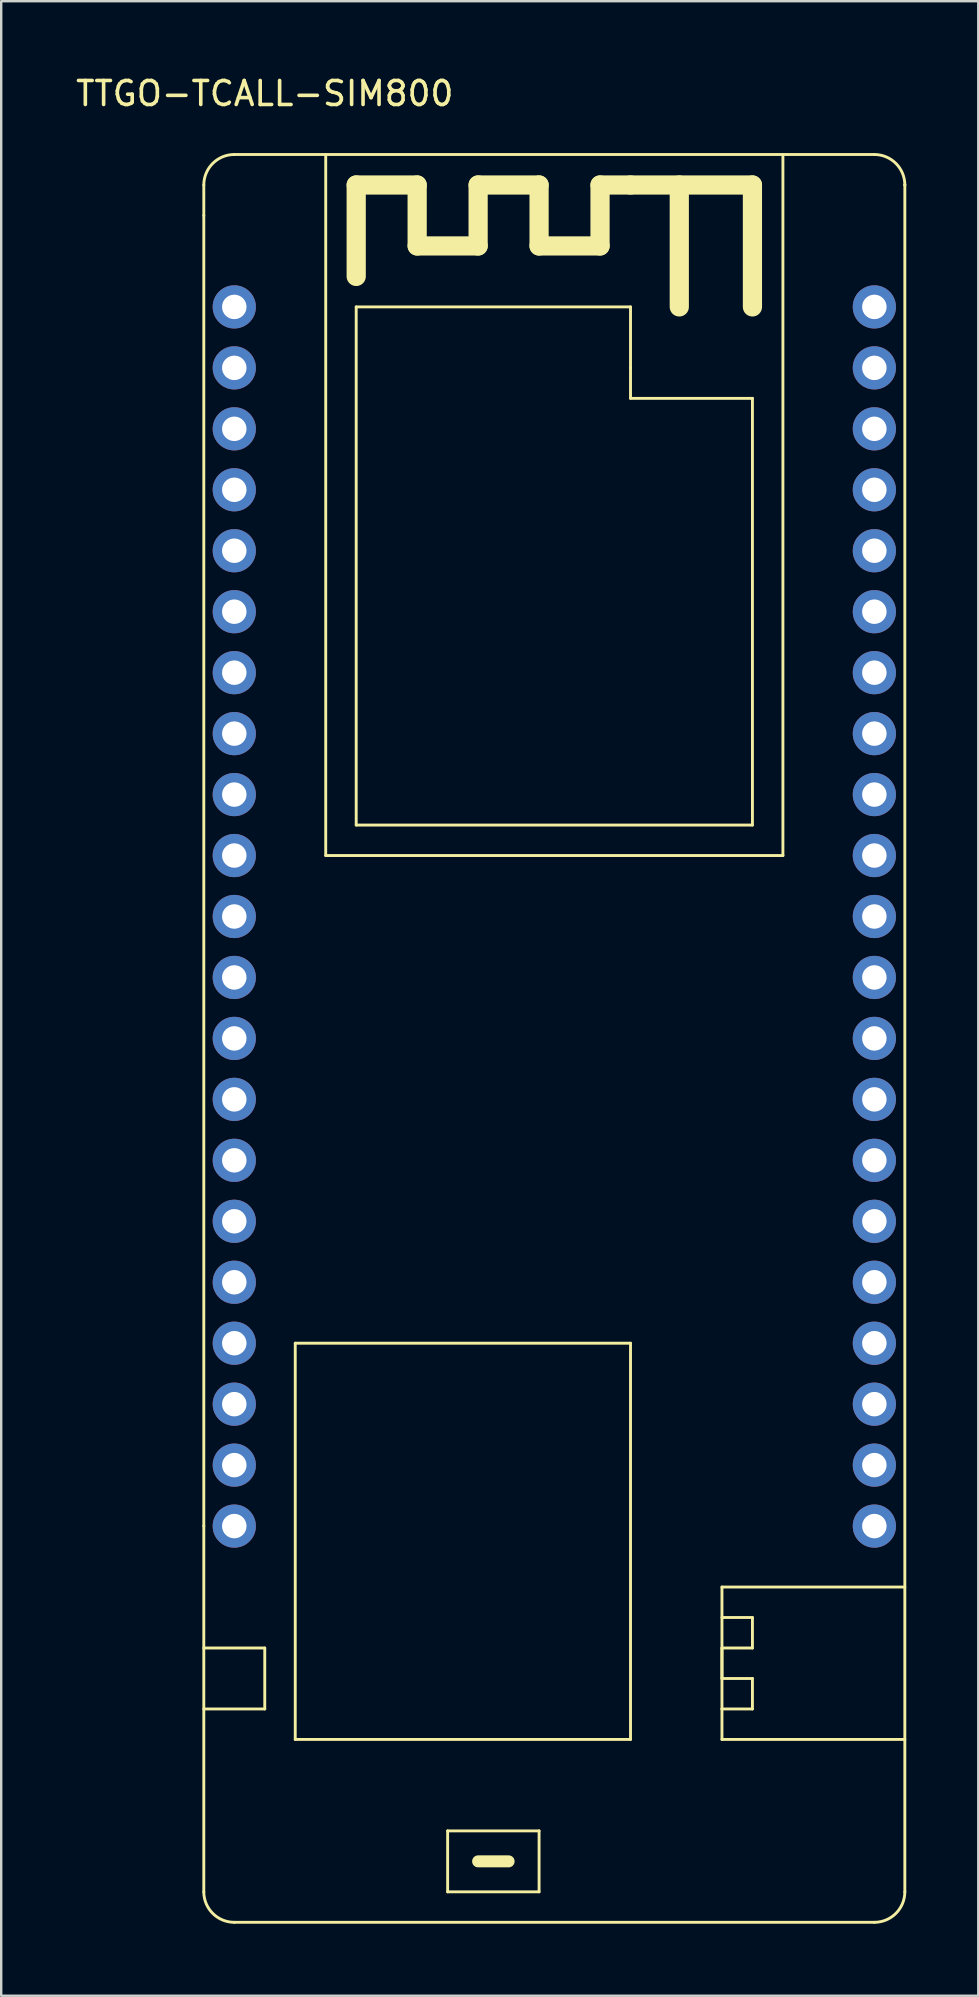
<source format=kicad_pcb>
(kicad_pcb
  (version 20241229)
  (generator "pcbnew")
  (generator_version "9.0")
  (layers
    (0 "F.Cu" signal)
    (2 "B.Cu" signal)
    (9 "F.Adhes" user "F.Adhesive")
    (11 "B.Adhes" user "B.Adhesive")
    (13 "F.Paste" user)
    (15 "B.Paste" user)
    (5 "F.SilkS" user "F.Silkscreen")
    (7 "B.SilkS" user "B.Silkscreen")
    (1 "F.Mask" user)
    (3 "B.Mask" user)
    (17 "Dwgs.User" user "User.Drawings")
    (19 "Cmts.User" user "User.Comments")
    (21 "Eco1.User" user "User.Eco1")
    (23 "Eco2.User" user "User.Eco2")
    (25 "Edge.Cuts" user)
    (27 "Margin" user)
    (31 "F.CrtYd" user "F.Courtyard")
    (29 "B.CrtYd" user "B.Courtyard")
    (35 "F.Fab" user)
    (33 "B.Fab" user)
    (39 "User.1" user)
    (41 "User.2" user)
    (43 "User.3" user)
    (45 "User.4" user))
  (footprint "TTGO-TCALL-SIM800"
    (layer "F.Cu")
    (at 6.712 9.738)
    (property "Reference" "TTGO-TCALL-SIM800" (at 1.27 -8.89 0) (layer "F.SilkS") (effects (font (size 1 1) (thickness 0.15))))
    (attr through_hole)
    (fp_line (start -1.27 -5.08) (end -1.27 -3.81) (stroke (width 0.12) (type solid)) (layer "F.SilkS"))
    (fp_line (start -1.27 -3.81) (end -1.27 50.8) (stroke (width 0.12) (type solid)) (layer "F.SilkS"))
    (fp_line (start -1.27 50.8) (end -1.27 66.04) (stroke (width 0.12) (type solid)) (layer "F.SilkS"))
    (fp_line (start -1.27 55.88) (end 1.27 55.88) (stroke (width 0.12) (type solid)) (layer "F.SilkS"))
    (fp_line (start 0 67.31) (end 26.67 67.31) (stroke (width 0.12) (type solid)) (layer "F.SilkS"))
    (fp_line (start 1.27 55.88) (end 1.27 58.42) (stroke (width 0.12) (type solid)) (layer "F.SilkS"))
    (fp_line (start 1.27 58.42) (end -1.27 58.42) (stroke (width 0.12) (type solid)) (layer "F.SilkS"))
    (fp_line (start 2.54 43.18) (end 16.51 43.18) (stroke (width 0.12) (type solid)) (layer "F.SilkS"))
    (fp_line (start 2.54 59.69) (end 2.54 43.18) (stroke (width 0.12) (type solid)) (layer "F.SilkS"))
    (fp_line (start 3.81 22.86) (end 3.81 -6.35) (stroke (width 0.12) (type solid)) (layer "F.SilkS"))
    (fp_line (start 3.81 22.86) (end 22.86 22.86) (stroke (width 0.12) (type solid)) (layer "F.SilkS"))
    (fp_line (start 5.08 -5.08) (end 5.08 -1.27) (stroke (width 0.8) (type solid)) (layer "F.SilkS"))
    (fp_line (start 5.08 0) (end 16.51 0) (stroke (width 0.12) (type solid)) (layer "F.SilkS"))
    (fp_line (start 5.08 21.59) (end 5.08 0) (stroke (width 0.12) (type solid)) (layer "F.SilkS"))
    (fp_line (start 7.62 -5.08) (end 5.08 -5.08) (stroke (width 0.8) (type solid)) (layer "F.SilkS"))
    (fp_line (start 7.62 -2.54) (end 7.62 -5.08) (stroke (width 0.8) (type solid)) (layer "F.SilkS"))
    (fp_line (start 8.89 63.5) (end 12.7 63.5) (stroke (width 0.12) (type solid)) (layer "F.SilkS"))
    (fp_line (start 8.89 66.04) (end 8.89 63.5) (stroke (width 0.12) (type solid)) (layer "F.SilkS"))
    (fp_line (start 10.16 -5.08) (end 10.16 -2.54) (stroke (width 0.8) (type solid)) (layer "F.SilkS"))
    (fp_line (start 10.16 -2.54) (end 7.62 -2.54) (stroke (width 0.8) (type solid)) (layer "F.SilkS"))
    (fp_line (start 10.16 64.77) (end 11.43 64.77) (stroke (width 0.5) (type solid)) (layer "F.SilkS"))
    (fp_line (start 12.7 -5.08) (end 10.16 -5.08) (stroke (width 0.8) (type solid)) (layer "F.SilkS"))
    (fp_line (start 12.7 -2.54) (end 12.7 -5.08) (stroke (width 0.8) (type solid)) (layer "F.SilkS"))
    (fp_line (start 12.7 63.5) (end 12.7 66.04) (stroke (width 0.12) (type solid)) (layer "F.SilkS"))
    (fp_line (start 12.7 66.04) (end 8.89 66.04) (stroke (width 0.12) (type solid)) (layer "F.SilkS"))
    (fp_line (start 15.24 -5.08) (end 15.24 -2.54) (stroke (width 0.8) (type solid)) (layer "F.SilkS"))
    (fp_line (start 15.24 -2.54) (end 12.7 -2.54) (stroke (width 0.8) (type solid)) (layer "F.SilkS"))
    (fp_line (start 16.51 -5.08) (end 15.24 -5.08) (stroke (width 0.8) (type solid)) (layer "F.SilkS"))
    (fp_line (start 16.51 0) (end 16.51 2.54) (stroke (width 0.12) (type solid)) (layer "F.SilkS"))
    (fp_line (start 16.51 2.54) (end 16.51 3.81) (stroke (width 0.12) (type solid)) (layer "F.SilkS"))
    (fp_line (start 16.51 3.81) (end 21.59 3.81) (stroke (width 0.12) (type solid)) (layer "F.SilkS"))
    (fp_line (start 16.51 43.18) (end 16.51 59.69) (stroke (width 0.12) (type solid)) (layer "F.SilkS"))
    (fp_line (start 16.51 59.69) (end 2.54 59.69) (stroke (width 0.12) (type solid)) (layer "F.SilkS"))
    (fp_line (start 18.542 0) (end 18.542 -5.08) (stroke (width 0.8) (type solid)) (layer "F.SilkS"))
    (fp_line (start 20.32 53.34) (end 20.32 58.42) (stroke (width 0.12) (type solid)) (layer "F.SilkS"))
    (fp_line (start 20.32 54.61) (end 21.59 54.61) (stroke (width 0.12) (type solid)) (layer "F.SilkS"))
    (fp_line (start 20.32 55.88) (end 20.32 57.15) (stroke (width 0.12) (type solid)) (layer "F.SilkS"))
    (fp_line (start 20.32 57.15) (end 21.59 57.15) (stroke (width 0.12) (type solid)) (layer "F.SilkS"))
    (fp_line (start 20.32 58.42) (end 20.32 59.69) (stroke (width 0.12) (type solid)) (layer "F.SilkS"))
    (fp_line (start 20.32 59.69) (end 27.94 59.69) (stroke (width 0.12) (type solid)) (layer "F.SilkS"))
    (fp_line (start 21.59 -5.08) (end 16.51 -5.08) (stroke (width 0.8) (type solid)) (layer "F.SilkS"))
    (fp_line (start 21.59 0) (end 21.59 -5.08) (stroke (width 0.8) (type solid)) (layer "F.SilkS"))
    (fp_line (start 21.59 3.81) (end 21.59 21.59) (stroke (width 0.12) (type solid)) (layer "F.SilkS"))
    (fp_line (start 21.59 21.59) (end 5.08 21.59) (stroke (width 0.12) (type solid)) (layer "F.SilkS"))
    (fp_line (start 21.59 54.61) (end 21.59 55.88) (stroke (width 0.12) (type solid)) (layer "F.SilkS"))
    (fp_line (start 21.59 55.88) (end 20.32 55.88) (stroke (width 0.12) (type solid)) (layer "F.SilkS"))
    (fp_line (start 21.59 57.15) (end 21.59 58.42) (stroke (width 0.12) (type solid)) (layer "F.SilkS"))
    (fp_line (start 21.59 58.42) (end 20.32 58.42) (stroke (width 0.12) (type solid)) (layer "F.SilkS"))
    (fp_line (start 22.86 22.86) (end 22.86 -6.35) (stroke (width 0.12) (type solid)) (layer "F.SilkS"))
    (fp_line (start 26.67 -6.35) (end 0 -6.35) (stroke (width 0.12) (type solid)) (layer "F.SilkS"))
    (fp_line (start 27.94 -5.08) (end 27.94 -5.08) (stroke (width 0.12) (type solid)) (layer "F.SilkS"))
    (fp_line (start 27.94 53.34) (end 20.32 53.34) (stroke (width 0.12) (type solid)) (layer "F.SilkS"))
    (fp_line (start 27.94 66.04) (end 27.94 -5.08) (stroke (width 0.12) (type solid)) (layer "F.SilkS"))
    (fp_arc (start -1.27 -5.08) (mid -0.898026 -5.978026) (end 0 -6.35) (stroke (width 0.12) (type solid)) (layer "F.SilkS"))
    (fp_arc (start 0 67.31) (mid -0.898026 66.938026) (end -1.27 66.04) (stroke (width 0.12) (type solid)) (layer "F.SilkS"))
    (fp_arc (start 26.67 -6.35) (mid 27.568026 -5.978026) (end 27.94 -5.08) (stroke (width 0.12) (type solid)) (layer "F.SilkS"))
    (fp_arc (start 27.94 66.04) (mid 27.568026 66.938026) (end 26.67 67.31) (stroke (width 0.12) (type solid)) (layer "F.SilkS"))
    (pad "1" thru_hole circle (at 0 0) (size 1.8 1.8) (drill 1.02) (layers "*.Cu" "*.Mask"))
    (pad "2" thru_hole circle (at 0 2.54) (size 1.8 1.8) (drill 1.02) (layers "*.Cu" "*.Mask"))
    (pad "3" thru_hole circle (at 0 5.08) (size 1.8 1.8) (drill 1.02) (layers "*.Cu" "*.Mask"))
    (pad "4" thru_hole circle (at 0 7.62) (size 1.8 1.8) (drill 1.02) (layers "*.Cu" "*.Mask"))
    (pad "5" thru_hole circle (at 0 10.16) (size 1.8 1.8) (drill 1.02) (layers "*.Cu" "*.Mask"))
    (pad "6" thru_hole circle (at 0 12.7) (size 1.8 1.8) (drill 1.02) (layers "*.Cu" "*.Mask"))
    (pad "7" thru_hole circle (at 0 15.24) (size 1.8 1.8) (drill 1.02) (layers "*.Cu" "*.Mask"))
    (pad "8" thru_hole circle (at 0 17.78) (size 1.8 1.8) (drill 1.02) (layers "*.Cu" "*.Mask"))
    (pad "9" thru_hole circle (at 0 20.32) (size 1.8 1.8) (drill 1.02) (layers "*.Cu" "*.Mask"))
    (pad "10" thru_hole circle (at 0 22.86) (size 1.8 1.8) (drill 1.02) (layers "*.Cu" "*.Mask"))
    (pad "11" thru_hole circle (at 0 25.4) (size 1.8 1.8) (drill 1.02) (layers "*.Cu" "*.Mask"))
    (pad "12" thru_hole circle (at 0 27.94) (size 1.8 1.8) (drill 1.02) (layers "*.Cu" "*.Mask"))
    (pad "13" thru_hole circle (at 0 30.48) (size 1.8 1.8) (drill 1.02) (layers "*.Cu" "*.Mask"))
    (pad "14" thru_hole circle (at 0 33.02) (size 1.8 1.8) (drill 1.02) (layers "*.Cu" "*.Mask"))
    (pad "15" thru_hole circle (at 0 35.56) (size 1.8 1.8) (drill 1.02) (layers "*.Cu" "*.Mask"))
    (pad "16" thru_hole circle (at 0 38.1) (size 1.8 1.8) (drill 1.02) (layers "*.Cu" "*.Mask"))
    (pad "17" thru_hole circle (at 0 40.64) (size 1.8 1.8) (drill 1.02) (layers "*.Cu" "*.Mask"))
    (pad "18" thru_hole circle (at 0 43.18) (size 1.8 1.8) (drill 1.02) (layers "*.Cu" "*.Mask"))
    (pad "19" thru_hole circle (at 0 45.72) (size 1.8 1.8) (drill 1.02) (layers "*.Cu" "*.Mask"))
    (pad "20" thru_hole circle (at 0 48.26) (size 1.8 1.8) (drill 1.02) (layers "*.Cu" "*.Mask"))
    (pad "21" thru_hole circle (at 0 50.8) (size 1.8 1.8) (drill 1.02) (layers "*.Cu" "*.Mask"))
    (pad "22" thru_hole circle (at 26.67 0) (size 1.8 1.8) (drill 1.02) (layers "*.Cu" "*.Mask"))
    (pad "23" thru_hole circle (at 26.67 2.54) (size 1.8 1.8) (drill 1.02) (layers "*.Cu" "*.Mask"))
    (pad "24" thru_hole circle (at 26.67 5.08) (size 1.8 1.8) (drill 1.02) (layers "*.Cu" "*.Mask"))
    (pad "25" thru_hole circle (at 26.67 7.62) (size 1.8 1.8) (drill 1.02) (layers "*.Cu" "*.Mask"))
    (pad "26" thru_hole circle (at 26.67 10.16) (size 1.8 1.8) (drill 1.02) (layers "*.Cu" "*.Mask"))
    (pad "27" thru_hole circle (at 26.67 12.7) (size 1.8 1.8) (drill 1.02) (layers "*.Cu" "*.Mask"))
    (pad "28" thru_hole circle (at 26.67 15.24) (size 1.8 1.8) (drill 1.02) (layers "*.Cu" "*.Mask"))
    (pad "29" thru_hole circle (at 26.67 17.78) (size 1.8 1.8) (drill 1.02) (layers "*.Cu" "*.Mask"))
    (pad "30" thru_hole circle (at 26.67 20.32) (size 1.8 1.8) (drill 1.02) (layers "*.Cu" "*.Mask"))
    (pad "31" thru_hole circle (at 26.67 22.86) (size 1.8 1.8) (drill 1.02) (layers "*.Cu" "*.Mask"))
    (pad "32" thru_hole circle (at 26.67 25.4) (size 1.8 1.8) (drill 1.02) (layers "*.Cu" "*.Mask"))
    (pad "33" thru_hole circle (at 26.67 27.94) (size 1.8 1.8) (drill 1.02) (layers "*.Cu" "*.Mask"))
    (pad "34" thru_hole circle (at 26.67 30.48) (size 1.8 1.8) (drill 1.02) (layers "*.Cu" "*.Mask"))
    (pad "35" thru_hole circle (at 26.67 33.02) (size 1.8 1.8) (drill 1.02) (layers "*.Cu" "*.Mask"))
    (pad "36" thru_hole circle (at 26.67 35.56) (size 1.8 1.8) (drill 1.02) (layers "*.Cu" "*.Mask"))
    (pad "37" thru_hole circle (at 26.67 38.1) (size 1.8 1.8) (drill 1.02) (layers "*.Cu" "*.Mask"))
    (pad "38" thru_hole circle (at 26.67 40.64) (size 1.8 1.8) (drill 1.02) (layers "*.Cu" "*.Mask"))
    (pad "39" thru_hole circle (at 26.67 43.18) (size 1.8 1.8) (drill 1.02) (layers "*.Cu" "*.Mask"))
    (pad "40" thru_hole circle (at 26.67 45.72) (size 1.8 1.8) (drill 1.02) (layers "*.Cu" "*.Mask"))
    (pad "41" thru_hole circle (at 26.67 48.26) (size 1.8 1.8) (drill 1.02) (layers "*.Cu" "*.Mask"))
    (pad "42" thru_hole circle (at 26.67 50.8) (size 1.8 1.8) (drill 1.02) (layers "*.Cu" "*.Mask")))
  (gr_rect
    (start -3 -3)
    (end 37.712 80.108)
    (stroke (width 0.1) (type default))
    (fill no)
    (layer "Edge.Cuts")))
</source>
